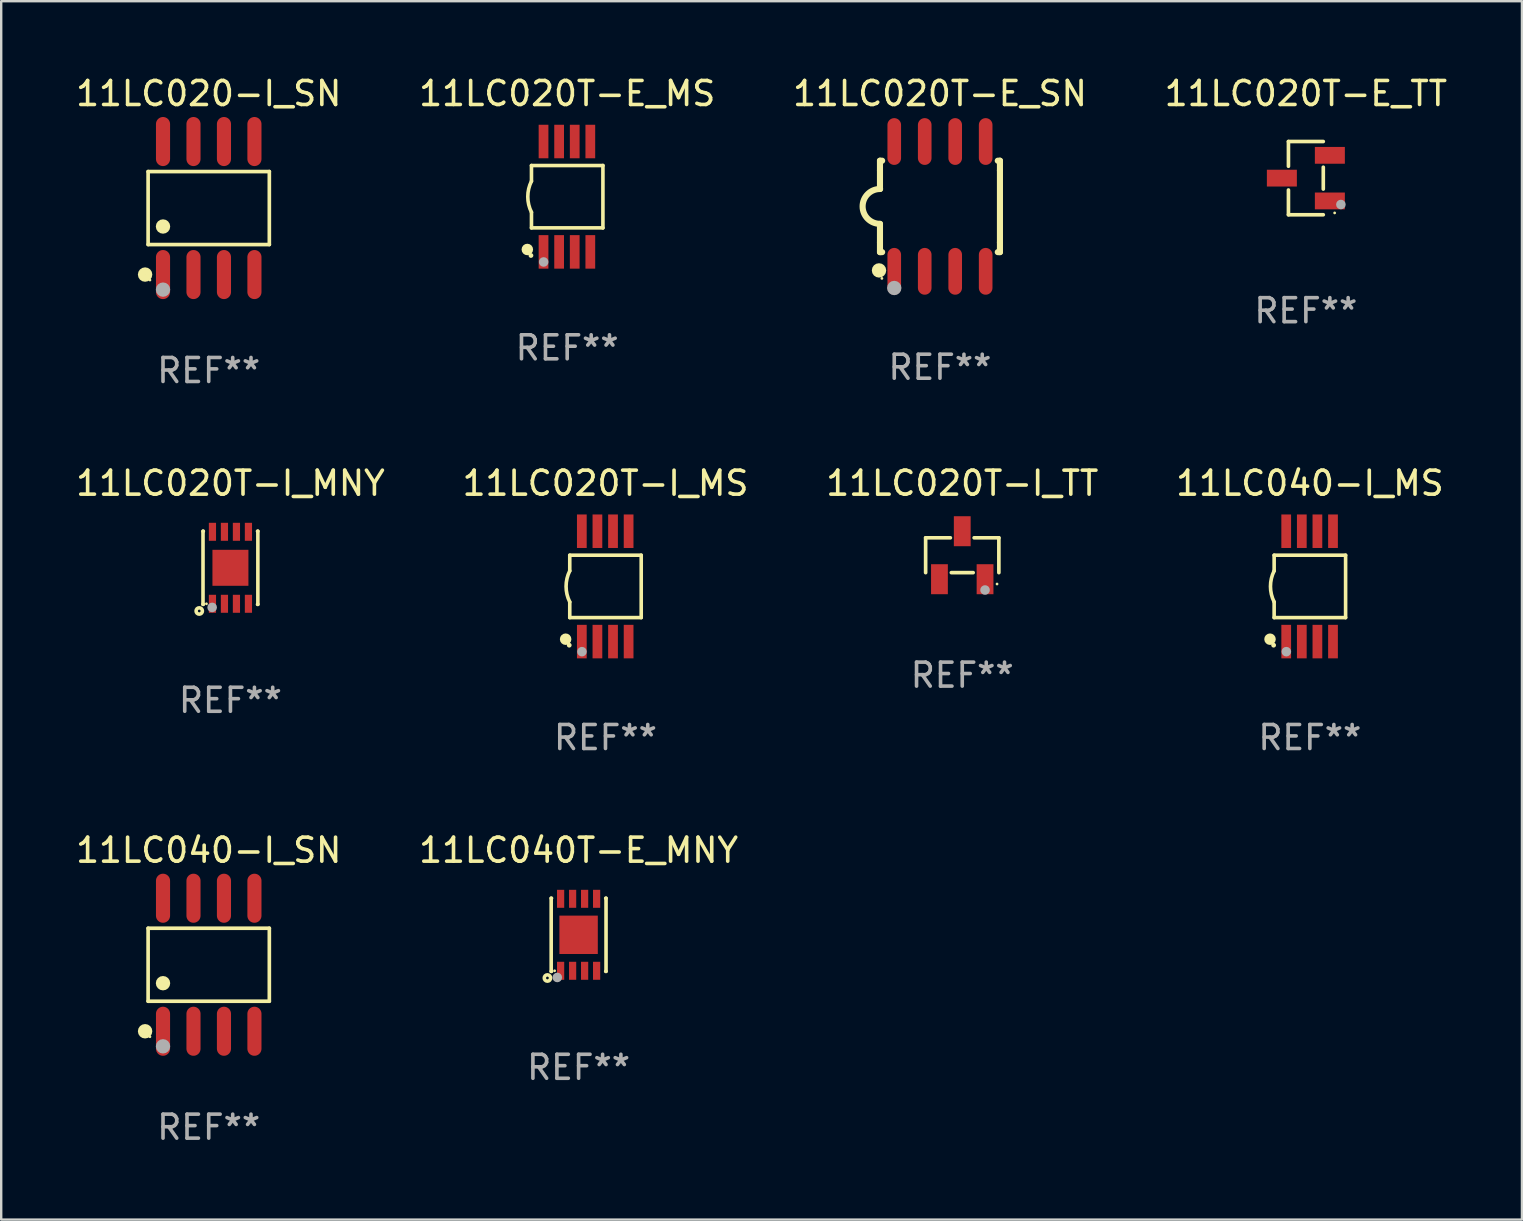
<source format=kicad_pcb>
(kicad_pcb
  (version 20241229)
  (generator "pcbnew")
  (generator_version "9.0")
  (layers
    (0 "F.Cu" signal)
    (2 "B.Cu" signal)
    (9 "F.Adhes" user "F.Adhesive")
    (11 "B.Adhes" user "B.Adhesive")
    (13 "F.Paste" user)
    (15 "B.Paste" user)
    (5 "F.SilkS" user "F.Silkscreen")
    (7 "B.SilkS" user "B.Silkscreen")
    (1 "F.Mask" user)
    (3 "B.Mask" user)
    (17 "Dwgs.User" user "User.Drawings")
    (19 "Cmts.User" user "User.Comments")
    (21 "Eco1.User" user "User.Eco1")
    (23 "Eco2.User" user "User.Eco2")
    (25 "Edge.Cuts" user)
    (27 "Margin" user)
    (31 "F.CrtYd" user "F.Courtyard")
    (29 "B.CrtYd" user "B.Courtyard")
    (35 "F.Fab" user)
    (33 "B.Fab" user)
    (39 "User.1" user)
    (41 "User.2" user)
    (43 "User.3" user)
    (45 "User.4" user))
  (footprint "11LC020-I_SN"
    (layer "F.Cu")
    (at 5.649 5.621)
    (property "Reference" "11LC020-I_SN" (at 0 -4.772 0) (layer "F.SilkS") (effects (font (size 1 1) (thickness 0.15))))
    (attr through_hole)
    (fp_line (start -2.526 -1.521) (end 2.526 -1.521) (stroke (width 0.152) (type solid)) (layer "F.SilkS"))
    (fp_line (start -2.526 1.521) (end -2.526 -1.521) (stroke (width 0.152) (type solid)) (layer "F.SilkS"))
    (fp_line (start 2.526 -1.521) (end 2.526 1.521) (stroke (width 0.152) (type solid)) (layer "F.SilkS"))
    (fp_line (start 2.526 1.521) (end -2.526 1.521) (stroke (width 0.152) (type solid)) (layer "F.SilkS"))
    (fp_circle (center -2.652 2.772) (end -2.501 2.772) (stroke (width 0.3) (type solid)) (fill no) (layer "F.SilkS"))
    (fp_circle (center -2.45 3) (end -2.42 3) (stroke (width 0.06) (type solid)) (fill no) (layer "F.SilkS"))
    (fp_circle (center -1.905 0.769) (end -1.755 0.769) (stroke (width 0.3) (type solid)) (fill no) (layer "F.SilkS"))
    (fp_circle (center -1.905 3.4) (end -1.755 3.4) (stroke (width 0.3) (type solid)) (fill no) (layer "F.Fab"))
    (fp_text user "REF**" (at 0 6.772 0) (layer "F.Fab") (effects (font (size 1 1) (thickness 0.15))))
    (pad "1" smd oval (at -1.905 2.772) (size 0.588 2.045) (layers "F.Cu" "F.Mask" "F.Paste"))
    (pad "2" smd oval (at -0.635 2.772) (size 0.588 2.045) (layers "F.Cu" "F.Mask" "F.Paste"))
    (pad "3" smd oval (at 0.635 2.772) (size 0.588 2.045) (layers "F.Cu" "F.Mask" "F.Paste"))
    (pad "4" smd oval (at 1.905 2.772) (size 0.588 2.045) (layers "F.Cu" "F.Mask" "F.Paste"))
    (pad "5" smd oval (at 1.905 -2.772) (size 0.588 2.045) (layers "F.Cu" "F.Mask" "F.Paste"))
    (pad "6" smd oval (at 0.635 -2.772) (size 0.588 2.045) (layers "F.Cu" "F.Mask" "F.Paste"))
    (pad "7" smd oval (at -0.635 -2.772) (size 0.588 2.045) (layers "F.Cu" "F.Mask" "F.Paste"))
    (pad "8" smd oval (at -1.905 -2.772) (size 0.588 2.045) (layers "F.Cu" "F.Mask" "F.Paste")))
  (footprint "11LC040T-E_MNY"
    (layer "F.Cu")
    (at 21.065 35.91)
    (property "Reference" "11LC040T-E_MNY" (at 0 -3.524 0) (layer "F.SilkS") (effects (font (size 1 1) (thickness 0.15))))
    (attr through_hole)
    (fp_line (start -1.143 -1.524) (end -1.143 1.524) (stroke (width 0.15) (type solid)) (layer "F.SilkS"))
    (fp_line (start -1.143 1.524) (end -1.129 1.524) (stroke (width 0.15) (type solid)) (layer "F.SilkS"))
    (fp_line (start -1.129 -1.524) (end -1.143 -1.524) (stroke (width 0.15) (type solid)) (layer "F.SilkS"))
    (fp_line (start 1.129 1.524) (end 1.143 1.524) (stroke (width 0.15) (type solid)) (layer "F.SilkS"))
    (fp_line (start 1.143 -1.524) (end 1.129 -1.524) (stroke (width 0.15) (type solid)) (layer "F.SilkS"))
    (fp_line (start 1.143 1.524) (end 1.143 -1.524) (stroke (width 0.15) (type solid)) (layer "F.SilkS"))
    (fp_circle (center -1.3 1.8) (end -1.243 1.8) (stroke (width 0.15) (type solid)) (fill no) (layer "F.SilkS"))
    (fp_circle (center -1 1.5) (end -0.97 1.5) (stroke (width 0.06) (type solid)) (fill no) (layer "F.SilkS"))
    (fp_circle (center -0.889 1.778) (end -0.789 1.778) (stroke (width 0.2) (type solid)) (fill no) (layer "F.Fab"))
    (fp_text user "REF**" (at 0 5.524 0) (layer "F.Fab") (effects (font (size 1 1) (thickness 0.15))))
    (pad "1" smd rect (at -0.75 1.5 90) (size 0.75 0.3) (layers "F.Cu" "F.Mask" "F.Paste"))
    (pad "2" smd rect (at -0.25 1.5 90) (size 0.75 0.3) (layers "F.Cu" "F.Mask" "F.Paste"))
    (pad "3" smd rect (at 0.25 1.5 90) (size 0.75 0.3) (layers "F.Cu" "F.Mask" "F.Paste"))
    (pad "4" smd rect (at 0.75 1.5 90) (size 0.75 0.3) (layers "F.Cu" "F.Mask" "F.Paste"))
    (pad "5" smd rect (at 0.75 -1.5 90) (size 0.75 0.3) (layers "F.Cu" "F.Mask" "F.Paste"))
    (pad "6" smd rect (at 0.25 -1.5 90) (size 0.75 0.3) (layers "F.Cu" "F.Mask" "F.Paste"))
    (pad "7" smd rect (at -0.25 -1.5 90) (size 0.75 0.3) (layers "F.Cu" "F.Mask" "F.Paste"))
    (pad "8" smd rect (at -0.75 -1.5 90) (size 0.75 0.3) (layers "F.Cu" "F.Mask" "F.Paste"))
    (pad "9" smd rect (at -0.000203 0.000457 90) (size 1.6 1.6) (layers "F.Cu" "F.Mask" "F.Paste")))
  (footprint "11LC040-I_SN"
    (layer "F.Cu")
    (at 5.649 37.158)
    (property "Reference" "11LC040-I_SN" (at 0 -4.772 0) (layer "F.SilkS") (effects (font (size 1 1) (thickness 0.15))))
    (attr through_hole)
    (fp_line (start -2.526 -1.521) (end 2.526 -1.521) (stroke (width 0.152) (type solid)) (layer "F.SilkS"))
    (fp_line (start -2.526 1.521) (end -2.526 -1.521) (stroke (width 0.152) (type solid)) (layer "F.SilkS"))
    (fp_line (start 2.526 -1.521) (end 2.526 1.521) (stroke (width 0.152) (type solid)) (layer "F.SilkS"))
    (fp_line (start 2.526 1.521) (end -2.526 1.521) (stroke (width 0.152) (type solid)) (layer "F.SilkS"))
    (fp_circle (center -2.652 2.772) (end -2.501 2.772) (stroke (width 0.3) (type solid)) (fill no) (layer "F.SilkS"))
    (fp_circle (center -2.45 3) (end -2.42 3) (stroke (width 0.06) (type solid)) (fill no) (layer "F.SilkS"))
    (fp_circle (center -1.905 0.769) (end -1.755 0.769) (stroke (width 0.3) (type solid)) (fill no) (layer "F.SilkS"))
    (fp_circle (center -1.905 3.4) (end -1.755 3.4) (stroke (width 0.3) (type solid)) (fill no) (layer "F.Fab"))
    (fp_text user "REF**" (at 0 6.772 0) (layer "F.Fab") (effects (font (size 1 1) (thickness 0.15))))
    (pad "1" smd oval (at -1.905 2.772) (size 0.588 2.045) (layers "F.Cu" "F.Mask" "F.Paste"))
    (pad "2" smd oval (at -0.635 2.772) (size 0.588 2.045) (layers "F.Cu" "F.Mask" "F.Paste"))
    (pad "3" smd oval (at 0.635 2.772) (size 0.588 2.045) (layers "F.Cu" "F.Mask" "F.Paste"))
    (pad "4" smd oval (at 1.905 2.772) (size 0.588 2.045) (layers "F.Cu" "F.Mask" "F.Paste"))
    (pad "5" smd oval (at 1.905 -2.772) (size 0.588 2.045) (layers "F.Cu" "F.Mask" "F.Paste"))
    (pad "6" smd oval (at 0.635 -2.772) (size 0.588 2.045) (layers "F.Cu" "F.Mask" "F.Paste"))
    (pad "7" smd oval (at -0.635 -2.772) (size 0.588 2.045) (layers "F.Cu" "F.Mask" "F.Paste"))
    (pad "8" smd oval (at -1.905 -2.772) (size 0.588 2.045) (layers "F.Cu" "F.Mask" "F.Paste")))
  (footprint "11LC020T-E_TT"
    (layer "F.Cu")
    (at 51.375 4.374)
    (property "Reference" "11LC020T-E_TT" (at 0 -3.526 0) (layer "F.SilkS") (effects (font (size 1 1) (thickness 0.15))))
    (attr through_hole)
    (fp_line (start -0.726 -1.526) (end -0.726 -0.495) (stroke (width 0.152) (type solid)) (layer "F.SilkS"))
    (fp_line (start -0.726 1.526) (end -0.726 0.495) (stroke (width 0.152) (type solid)) (layer "F.SilkS"))
    (fp_line (start 0.726 -1.526) (end -0.726 -1.526) (stroke (width 0.152) (type solid)) (layer "F.SilkS"))
    (fp_line (start 0.726 -0.455) (end 0.726 0.455) (stroke (width 0.152) (type solid)) (layer "F.SilkS"))
    (fp_line (start 0.726 1.526) (end -0.726 1.526) (stroke (width 0.152) (type solid)) (layer "F.SilkS"))
    (fp_circle (center 1.2 1.45) (end 1.23 1.45) (stroke (width 0.06) (type solid)) (fill no) (layer "F.SilkS"))
    (fp_circle (center 1.46 1.1) (end 1.56 1.1) (stroke (width 0.2) (type solid)) (fill no) (layer "F.Fab"))
    (fp_text user "REF**" (at 0 5.526 0) (layer "F.Fab") (effects (font (size 1 1) (thickness 0.15))))
    (pad "1" smd rect (at 1 0.95) (size 1.25 0.7) (layers "F.Cu" "F.Mask" "F.Paste"))
    (pad "2" smd rect (at 1 -0.95) (size 1.25 0.7) (layers "F.Cu" "F.Mask" "F.Paste"))
    (pad "3" smd rect (at -1 0) (size 1.25 0.7) (layers "F.Cu" "F.Mask" "F.Paste")))
  (footprint "11LC020T-I_MS"
    (layer "F.Cu")
    (at 22.185 21.39)
    (property "Reference" "11LC020T-I_MS" (at 0 -4.3 0) (layer "F.SilkS") (effects (font (size 1 1) (thickness 0.15))))
    (attr through_hole)
    (fp_line (start -1.489 -1.3) (end -1.489 -0.648) (stroke (width 0.15) (type solid)) (layer "F.SilkS"))
    (fp_line (start -1.489 0.648) (end -1.489 1.3) (stroke (width 0.15) (type solid)) (layer "F.SilkS"))
    (fp_line (start -1.489 1.3) (end 1.489 1.3) (stroke (width 0.15) (type solid)) (layer "F.SilkS"))
    (fp_line (start 1.489 -1.3) (end -1.489 -1.3) (stroke (width 0.15) (type solid)) (layer "F.SilkS"))
    (fp_line (start 1.489 1.3) (end 1.489 -1.3) (stroke (width 0.15) (type solid)) (layer "F.SilkS"))
    (fp_arc (start -1.489205 0.647702) (mid -1.642107 0) (end -1.489205 -0.647701) (stroke (width 0.150013) (type solid)) (layer "F.SilkS"))
    (fp_circle (center -1.661 2.2) (end -1.541 2.2) (stroke (width 0.24) (type solid)) (fill no) (layer "F.SilkS"))
    (fp_circle (center -1.511 2.45) (end -1.461 2.45) (stroke (width 0.1) (type solid)) (fill no) (layer "F.SilkS"))
    (fp_circle (center -0.981 2.72) (end -0.881 2.72) (stroke (width 0.2) (type solid)) (fill no) (layer "F.Fab"))
    (fp_text user "REF**" (at 0 6.3 0) (layer "F.Fab") (effects (font (size 1 1) (thickness 0.15))))
    (pad "1" smd rect (at -0.986 2.3) (size 0.406 1.397) (layers "F.Cu" "F.Mask" "F.Paste"))
    (pad "2" smd rect (at -0.336 2.3) (size 0.406 1.397) (layers "F.Cu" "F.Mask" "F.Paste"))
    (pad "3" smd rect (at 0.314 2.3) (size 0.406 1.397) (layers "F.Cu" "F.Mask" "F.Paste"))
    (pad "4" smd rect (at 0.964 2.3) (size 0.406 1.397) (layers "F.Cu" "F.Mask" "F.Paste"))
    (pad "5" smd rect (at 0.964 -2.3) (size 0.406 1.397) (layers "F.Cu" "F.Mask" "F.Paste"))
    (pad "6" smd rect (at 0.314 -2.3) (size 0.406 1.397) (layers "F.Cu" "F.Mask" "F.Paste"))
    (pad "7" smd rect (at -0.336 -2.3) (size 0.406 1.397) (layers "F.Cu" "F.Mask" "F.Paste"))
    (pad "8" smd rect (at -0.986 -2.3) (size 0.406 1.397) (layers "F.Cu" "F.Mask" "F.Paste")))
  (footprint "11LC020T-E_SN"
    (layer "F.Cu")
    (at 36.125 5.553)
    (property "Reference" "11LC020T-E_SN" (at 0 -4.705 0) (layer "F.SilkS") (effects (font (size 1 1) (thickness 0.15))))
    (attr through_hole)
    (fp_line (start -2.5 -1.905) (end -2.409 -1.905) (stroke (width 0.254) (type solid)) (layer "F.SilkS"))
    (fp_line (start -2.5 -1.5) (end -2.5 -1.905) (stroke (width 0.254) (type solid)) (layer "F.SilkS"))
    (fp_line (start -2.5 -1.5) (end -2.5 -0.726) (stroke (width 0.254) (type solid)) (layer "F.SilkS"))
    (fp_line (start -2.5 1.5) (end -2.5 0.727) (stroke (width 0.254) (type solid)) (layer "F.SilkS"))
    (fp_line (start -2.5 1.5) (end -2.5 1.905) (stroke (width 0.254) (type solid)) (layer "F.SilkS"))
    (fp_line (start -2.5 1.905) (end -2.409 1.905) (stroke (width 0.254) (type solid)) (layer "F.SilkS"))
    (fp_line (start 2.5 -1.905) (end 2.409 -1.905) (stroke (width 0.254) (type solid)) (layer "F.SilkS"))
    (fp_line (start 2.5 -1.5) (end 2.5 -1.905) (stroke (width 0.254) (type solid)) (layer "F.SilkS"))
    (fp_line (start 2.5 -1.5) (end 2.5 1.5) (stroke (width 0.254) (type solid)) (layer "F.SilkS"))
    (fp_line (start 2.5 1.5) (end 2.5 1.905) (stroke (width 0.254) (type solid)) (layer "F.SilkS"))
    (fp_line (start 2.5 1.905) (end 2.409 1.905) (stroke (width 0.254) (type solid)) (layer "F.SilkS"))
    (fp_arc (start -2.5 0.726568) (mid -3.220316 -0.0023) (end -2.495097 -0.726289) (stroke (width 0.254001) (type solid)) (layer "F.SilkS"))
    (fp_circle (center -2.54 2.667) (end -2.39 2.667) (stroke (width 0.3) (type solid)) (fill no) (layer "F.SilkS"))
    (fp_circle (center -2.42 3) (end -2.39 3) (stroke (width 0.06) (type solid)) (fill no) (layer "F.SilkS"))
    (fp_circle (center -1.905 3.4) (end -1.755 3.4) (stroke (width 0.3) (type solid)) (fill no) (layer "F.Fab"))
    (fp_text user "REF**" (at 0 6.705 0) (layer "F.Fab") (effects (font (size 1 1) (thickness 0.15))))
    (pad "1" smd oval (at -1.905 2.705) (size 0.568 1.95) (layers "F.Cu" "F.Mask" "F.Paste"))
    (pad "2" smd oval (at -0.635 2.705) (size 0.568 1.95) (layers "F.Cu" "F.Mask" "F.Paste"))
    (pad "3" smd oval (at 0.635 2.705) (size 0.568 1.95) (layers "F.Cu" "F.Mask" "F.Paste"))
    (pad "4" smd oval (at 1.905 2.705) (size 0.568 1.95) (layers "F.Cu" "F.Mask" "F.Paste"))
    (pad "5" smd oval (at 1.905 -2.705) (size 0.568 1.95) (layers "F.Cu" "F.Mask" "F.Paste"))
    (pad "6" smd oval (at 0.635 -2.705) (size 0.568 1.95) (layers "F.Cu" "F.Mask" "F.Paste"))
    (pad "7" smd oval (at -0.635 -2.705) (size 0.568 1.95) (layers "F.Cu" "F.Mask" "F.Paste"))
    (pad "8" smd oval (at -1.905 -2.705) (size 0.568 1.95) (layers "F.Cu" "F.Mask" "F.Paste")))
  (footprint "11LC040-I_MS"
    (layer "F.Cu")
    (at 51.542 21.39)
    (property "Reference" "11LC040-I_MS" (at 0 -4.3 0) (layer "F.SilkS") (effects (font (size 1 1) (thickness 0.15))))
    (attr through_hole)
    (fp_line (start -1.489 -1.3) (end -1.489 -0.648) (stroke (width 0.15) (type solid)) (layer "F.SilkS"))
    (fp_line (start -1.489 0.648) (end -1.489 1.3) (stroke (width 0.15) (type solid)) (layer "F.SilkS"))
    (fp_line (start -1.489 1.3) (end 1.489 1.3) (stroke (width 0.15) (type solid)) (layer "F.SilkS"))
    (fp_line (start 1.489 -1.3) (end -1.489 -1.3) (stroke (width 0.15) (type solid)) (layer "F.SilkS"))
    (fp_line (start 1.489 1.3) (end 1.489 -1.3) (stroke (width 0.15) (type solid)) (layer "F.SilkS"))
    (fp_arc (start -1.489205 0.647702) (mid -1.642107 0) (end -1.489205 -0.647701) (stroke (width 0.150013) (type solid)) (layer "F.SilkS"))
    (fp_circle (center -1.661 2.2) (end -1.541 2.2) (stroke (width 0.24) (type solid)) (fill no) (layer "F.SilkS"))
    (fp_circle (center -1.511 2.45) (end -1.461 2.45) (stroke (width 0.1) (type solid)) (fill no) (layer "F.SilkS"))
    (fp_circle (center -0.981 2.72) (end -0.881 2.72) (stroke (width 0.2) (type solid)) (fill no) (layer "F.Fab"))
    (fp_text user "REF**" (at 0 6.3 0) (layer "F.Fab") (effects (font (size 1 1) (thickness 0.15))))
    (pad "1" smd rect (at -0.986 2.3) (size 0.406 1.397) (layers "F.Cu" "F.Mask" "F.Paste"))
    (pad "2" smd rect (at -0.336 2.3) (size 0.406 1.397) (layers "F.Cu" "F.Mask" "F.Paste"))
    (pad "3" smd rect (at 0.314 2.3) (size 0.406 1.397) (layers "F.Cu" "F.Mask" "F.Paste"))
    (pad "4" smd rect (at 0.964 2.3) (size 0.406 1.397) (layers "F.Cu" "F.Mask" "F.Paste"))
    (pad "5" smd rect (at 0.964 -2.3) (size 0.406 1.397) (layers "F.Cu" "F.Mask" "F.Paste"))
    (pad "6" smd rect (at 0.314 -2.3) (size 0.406 1.397) (layers "F.Cu" "F.Mask" "F.Paste"))
    (pad "7" smd rect (at -0.336 -2.3) (size 0.406 1.397) (layers "F.Cu" "F.Mask" "F.Paste"))
    (pad "8" smd rect (at -0.986 -2.3) (size 0.406 1.397) (layers "F.Cu" "F.Mask" "F.Paste")))
  (footprint "11LC020T-I_MNY"
    (layer "F.Cu")
    (at 6.554 20.614)
    (property "Reference" "11LC020T-I_MNY" (at 0 -3.524 0) (layer "F.SilkS") (effects (font (size 1 1) (thickness 0.15))))
    (attr through_hole)
    (fp_line (start -1.143 -1.524) (end -1.143 1.524) (stroke (width 0.15) (type solid)) (layer "F.SilkS"))
    (fp_line (start -1.143 1.524) (end -1.129 1.524) (stroke (width 0.15) (type solid)) (layer "F.SilkS"))
    (fp_line (start -1.129 -1.524) (end -1.143 -1.524) (stroke (width 0.15) (type solid)) (layer "F.SilkS"))
    (fp_line (start 1.129 1.524) (end 1.143 1.524) (stroke (width 0.15) (type solid)) (layer "F.SilkS"))
    (fp_line (start 1.143 -1.524) (end 1.129 -1.524) (stroke (width 0.15) (type solid)) (layer "F.SilkS"))
    (fp_line (start 1.143 1.524) (end 1.143 -1.524) (stroke (width 0.15) (type solid)) (layer "F.SilkS"))
    (fp_circle (center -1.3 1.8) (end -1.243 1.8) (stroke (width 0.15) (type solid)) (fill no) (layer "F.SilkS"))
    (fp_circle (center -1 1.5) (end -0.97 1.5) (stroke (width 0.06) (type solid)) (fill no) (layer "F.SilkS"))
    (fp_circle (center -0.762 1.651) (end -0.662 1.651) (stroke (width 0.2) (type solid)) (fill no) (layer "F.Fab"))
    (fp_text user "REF**" (at 0 5.524 0) (layer "F.Fab") (effects (font (size 1 1) (thickness 0.15))))
    (pad "1" smd rect (at -0.75 1.5 90) (size 0.75 0.3) (layers "F.Cu" "F.Mask" "F.Paste"))
    (pad "2" smd rect (at -0.25 1.5 90) (size 0.75 0.3) (layers "F.Cu" "F.Mask" "F.Paste"))
    (pad "3" smd rect (at 0.25 1.5 90) (size 0.75 0.3) (layers "F.Cu" "F.Mask" "F.Paste"))
    (pad "4" smd rect (at 0.75 1.5 90) (size 0.75 0.3) (layers "F.Cu" "F.Mask" "F.Paste"))
    (pad "5" smd rect (at 0.75 -1.5 90) (size 0.75 0.3) (layers "F.Cu" "F.Mask" "F.Paste"))
    (pad "6" smd rect (at 0.25 -1.5 90) (size 0.75 0.3) (layers "F.Cu" "F.Mask" "F.Paste"))
    (pad "7" smd rect (at -0.25 -1.5 90) (size 0.75 0.3) (layers "F.Cu" "F.Mask" "F.Paste"))
    (pad "8" smd rect (at -0.75 -1.5 90) (size 0.75 0.3) (layers "F.Cu" "F.Mask" "F.Paste"))
    (pad "9" smd rect (at -0.000203 0.000457 90) (size 1.5 1.5) (layers "F.Cu" "F.Mask" "F.Paste")))
  (footprint "11LC020T-E_MS"
    (layer "F.Cu")
    (at 20.589 5.148)
    (property "Reference" "11LC020T-E_MS" (at 0 -4.3 0) (layer "F.SilkS") (effects (font (size 1 1) (thickness 0.15))))
    (attr through_hole)
    (fp_line (start -1.489 -1.3) (end -1.489 -0.648) (stroke (width 0.15) (type solid)) (layer "F.SilkS"))
    (fp_line (start -1.489 0.648) (end -1.489 1.3) (stroke (width 0.15) (type solid)) (layer "F.SilkS"))
    (fp_line (start -1.489 1.3) (end 1.489 1.3) (stroke (width 0.15) (type solid)) (layer "F.SilkS"))
    (fp_line (start 1.489 -1.3) (end -1.489 -1.3) (stroke (width 0.15) (type solid)) (layer "F.SilkS"))
    (fp_line (start 1.489 1.3) (end 1.489 -1.3) (stroke (width 0.15) (type solid)) (layer "F.SilkS"))
    (fp_arc (start -1.489205 0.647702) (mid -1.642107 0) (end -1.489205 -0.647701) (stroke (width 0.150013) (type solid)) (layer "F.SilkS"))
    (fp_circle (center -1.661 2.2) (end -1.541 2.2) (stroke (width 0.24) (type solid)) (fill no) (layer "F.SilkS"))
    (fp_circle (center -1.511 2.45) (end -1.461 2.45) (stroke (width 0.1) (type solid)) (fill no) (layer "F.SilkS"))
    (fp_circle (center -0.981 2.72) (end -0.881 2.72) (stroke (width 0.2) (type solid)) (fill no) (layer "F.Fab"))
    (fp_text user "REF**" (at 0 6.3 0) (layer "F.Fab") (effects (font (size 1 1) (thickness 0.15))))
    (pad "1" smd rect (at -0.986 2.3) (size 0.406 1.397) (layers "F.Cu" "F.Mask" "F.Paste"))
    (pad "2" smd rect (at -0.336 2.3) (size 0.406 1.397) (layers "F.Cu" "F.Mask" "F.Paste"))
    (pad "3" smd rect (at 0.314 2.3) (size 0.406 1.397) (layers "F.Cu" "F.Mask" "F.Paste"))
    (pad "4" smd rect (at 0.964 2.3) (size 0.406 1.397) (layers "F.Cu" "F.Mask" "F.Paste"))
    (pad "5" smd rect (at 0.964 -2.3) (size 0.406 1.397) (layers "F.Cu" "F.Mask" "F.Paste"))
    (pad "6" smd rect (at 0.314 -2.3) (size 0.406 1.397) (layers "F.Cu" "F.Mask" "F.Paste"))
    (pad "7" smd rect (at -0.336 -2.3) (size 0.406 1.397) (layers "F.Cu" "F.Mask" "F.Paste"))
    (pad "8" smd rect (at -0.986 -2.3) (size 0.406 1.397) (layers "F.Cu" "F.Mask" "F.Paste")))
  (footprint "11LC020T-I_TT"
    (layer "F.Cu")
    (at 37.054 20.09)
    (property "Reference" "11LC020T-I_TT" (at 0 -3 0) (layer "F.SilkS") (effects (font (size 1 1) (thickness 0.15))))
    (attr through_hole)
    (fp_line (start -1.526 -0.726) (end -0.495 -0.726) (stroke (width 0.152) (type solid)) (layer "F.SilkS"))
    (fp_line (start -1.526 0.726) (end -1.526 -0.726) (stroke (width 0.152) (type solid)) (layer "F.SilkS"))
    (fp_line (start 0.455 0.726) (end -0.455 0.726) (stroke (width 0.152) (type solid)) (layer "F.SilkS"))
    (fp_line (start 1.526 -0.726) (end 0.495 -0.726) (stroke (width 0.152) (type solid)) (layer "F.SilkS"))
    (fp_line (start 1.526 0.726) (end 1.526 -0.726) (stroke (width 0.152) (type solid)) (layer "F.SilkS"))
    (fp_circle (center 1.45 1.2) (end 1.48 1.2) (stroke (width 0.06) (type solid)) (fill no) (layer "F.SilkS"))
    (fp_circle (center 0.95 1.45) (end 1.05 1.45) (stroke (width 0.2) (type solid)) (fill no) (layer "F.Fab"))
    (fp_text user "REF**" (at 0 5 0) (layer "F.Fab") (effects (font (size 1 1) (thickness 0.15))))
    (pad "1" smd rect (at 0.95 1) (size 0.7 1.25) (layers "F.Cu" "F.Mask" "F.Paste"))
    (pad "2" smd rect (at -0.95 1) (size 0.7 1.25) (layers "F.Cu" "F.Mask" "F.Paste"))
    (pad "3" smd rect (at 0 -1) (size 0.7 1.25) (layers "F.Cu" "F.Mask" "F.Paste")))
  (gr_rect
    (start -3 -3)
    (end 60.381 47.779)
    (stroke (width 0.1) (type default))
    (fill no)
    (layer "Edge.Cuts")))
</source>
